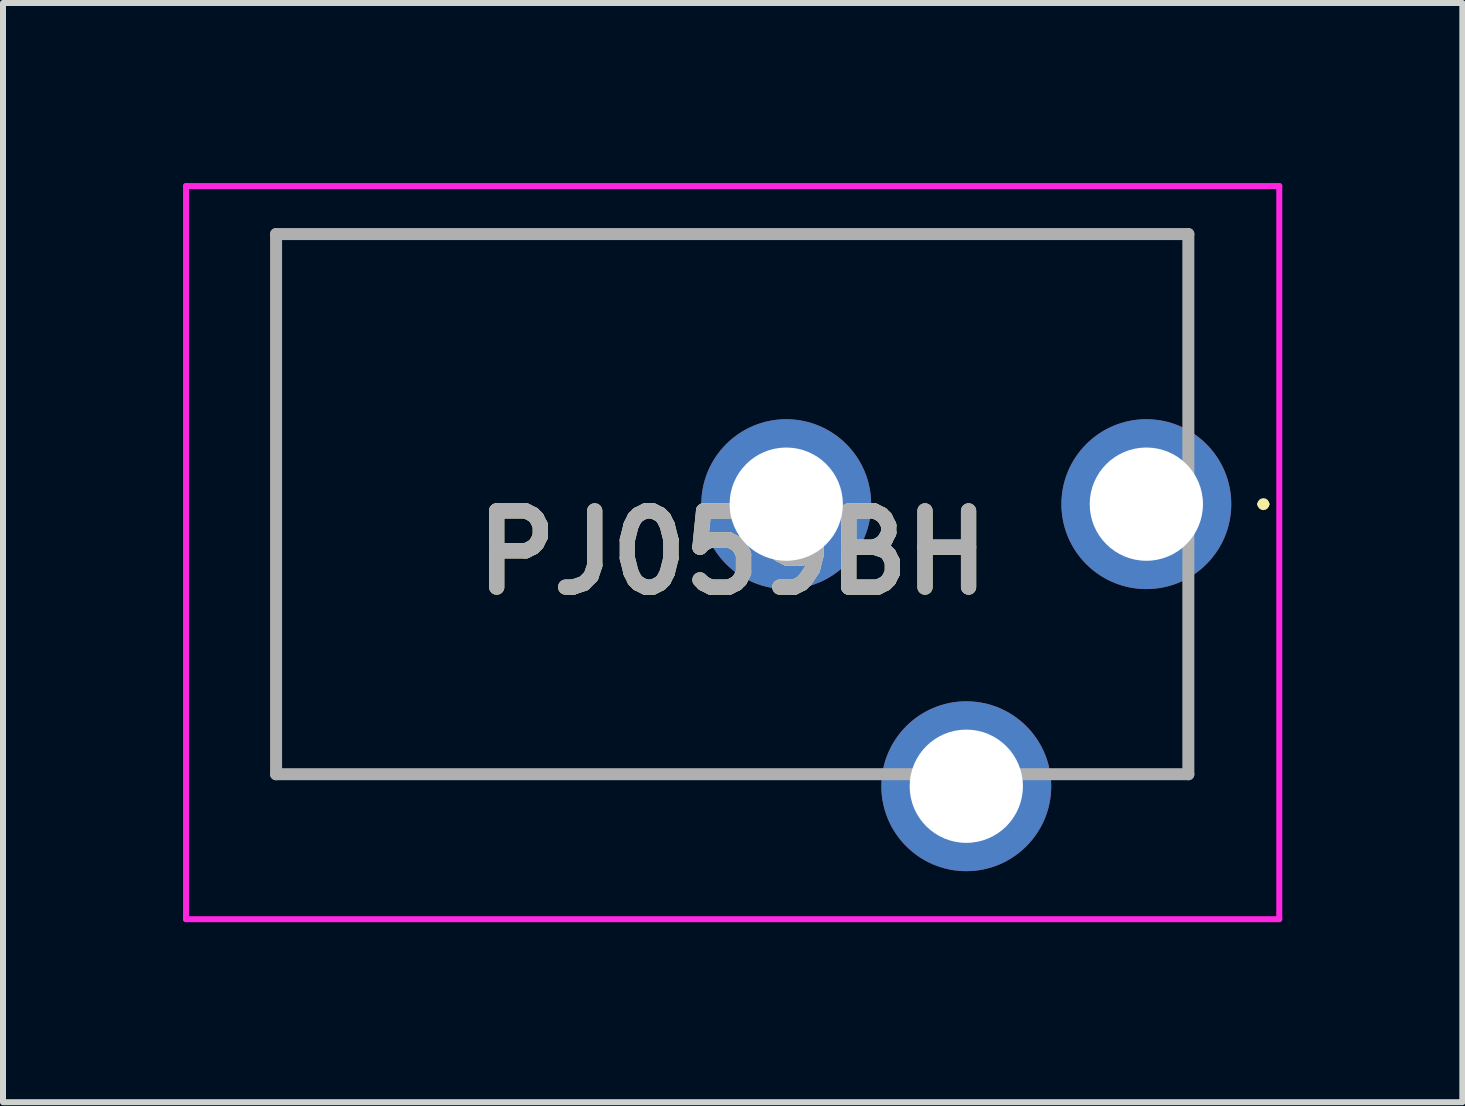
<source format=kicad_pcb>
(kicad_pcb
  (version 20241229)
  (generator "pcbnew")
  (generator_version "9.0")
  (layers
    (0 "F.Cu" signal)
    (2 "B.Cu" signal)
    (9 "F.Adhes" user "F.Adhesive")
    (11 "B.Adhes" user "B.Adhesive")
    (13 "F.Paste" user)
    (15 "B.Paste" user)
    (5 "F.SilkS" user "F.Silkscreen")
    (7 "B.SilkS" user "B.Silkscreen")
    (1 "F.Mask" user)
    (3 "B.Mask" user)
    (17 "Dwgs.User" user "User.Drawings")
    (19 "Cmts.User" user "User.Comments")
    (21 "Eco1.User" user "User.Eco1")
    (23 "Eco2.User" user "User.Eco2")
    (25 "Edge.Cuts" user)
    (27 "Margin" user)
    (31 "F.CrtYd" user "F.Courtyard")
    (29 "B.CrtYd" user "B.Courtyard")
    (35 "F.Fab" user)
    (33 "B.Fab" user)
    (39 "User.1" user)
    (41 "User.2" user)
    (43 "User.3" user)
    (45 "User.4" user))
  (footprint "PJ059BH"
    (layer "F.Cu")
    (at 16.05 5.35)
    (property "Reference" "PJ059BH" (at -6.893 0.808 0) (layer "F.SilkS") (effects (font (size 1.27 1.27) (thickness 0.254))))
    (attr through_hole)
    (fp_line (start -14.5 -4.5) (end 0.7 -4.5) (stroke (width 0.1) (type solid)) (layer "F.SilkS"))
    (fp_line (start -14.5 4.5) (end -14.5 -4.5) (stroke (width 0.1) (type solid)) (layer "F.SilkS"))
    (fp_line (start -5 4.5) (end -14.5 4.5) (stroke (width 0.1) (type solid)) (layer "F.SilkS"))
    (fp_line (start -1 4.5) (end 0.7 4.5) (stroke (width 0.1) (type solid)) (layer "F.SilkS"))
    (fp_line (start 0.7 -4.5) (end 0.7 -2) (stroke (width 0.1) (type solid)) (layer "F.SilkS"))
    (fp_line (start 0.7 4.5) (end 0.7 2) (stroke (width 0.1) (type solid)) (layer "F.SilkS"))
    (fp_line (start 1.9 0) (end 1.9 0) (stroke (width 0.1) (type solid)) (layer "F.SilkS"))
    (fp_line (start 2 0) (end 2 0) (stroke (width 0.1) (type solid)) (layer "F.SilkS"))
    (fp_arc (start 1.9 0) (mid 1.95 -0.05) (end 2 0) (stroke (width 0.1) (type solid)) (layer "F.SilkS"))
    (fp_arc (start 2 0) (mid 1.95 0.05) (end 1.9 0) (stroke (width 0.1) (type solid)) (layer "F.SilkS"))
    (fp_line (start -16 -5.3) (end 2.215 -5.3) (stroke (width 0.1) (type solid)) (layer "F.CrtYd"))
    (fp_line (start -16 6.915) (end -16 -5.3) (stroke (width 0.1) (type solid)) (layer "F.CrtYd"))
    (fp_line (start 2.215 -5.3) (end 2.215 6.915) (stroke (width 0.1) (type solid)) (layer "F.CrtYd"))
    (fp_line (start 2.215 6.915) (end -16 6.915) (stroke (width 0.1) (type solid)) (layer "F.CrtYd"))
    (fp_line (start -14.5 -4.5) (end 0.7 -4.5) (stroke (width 0.2) (type solid)) (layer "F.Fab"))
    (fp_line (start -14.5 4.5) (end -14.5 -4.5) (stroke (width 0.2) (type solid)) (layer "F.Fab"))
    (fp_line (start 0.7 -4.5) (end 0.7 4.5) (stroke (width 0.2) (type solid)) (layer "F.Fab"))
    (fp_line (start 0.7 4.5) (end -14.5 4.5) (stroke (width 0.2) (type solid)) (layer "F.Fab"))
    (fp_text user "${REFERENCE}" (at -6.893 0.808 0) (layer "F.Fab") (effects (font (size 1.27 1.27) (thickness 0.254))))
    (pad "" np_thru_hole circle (at -10.5 0) (size 0.001 0.001) (drill 2.2) (layers "*.Cu" "*.Mask"))
    (pad "1" thru_hole circle (at 0 0) (size 2.83 2.83) (drill 1.887) (layers "*.Cu" "*.Mask"))
    (pad "2" thru_hole circle (at -6 0) (size 2.83 2.83) (drill 1.887) (layers "*.Cu" "*.Mask"))
    (pad "3" thru_hole circle (at -3 4.7) (size 2.83 2.83) (drill 1.887) (layers "*.Cu" "*.Mask")))
  (gr_rect
    (start -3 -3)
    (end 21.315 15.315)
    (stroke (width 0.1) (type default))
    (fill no)
    (layer "Edge.Cuts")))
</source>
